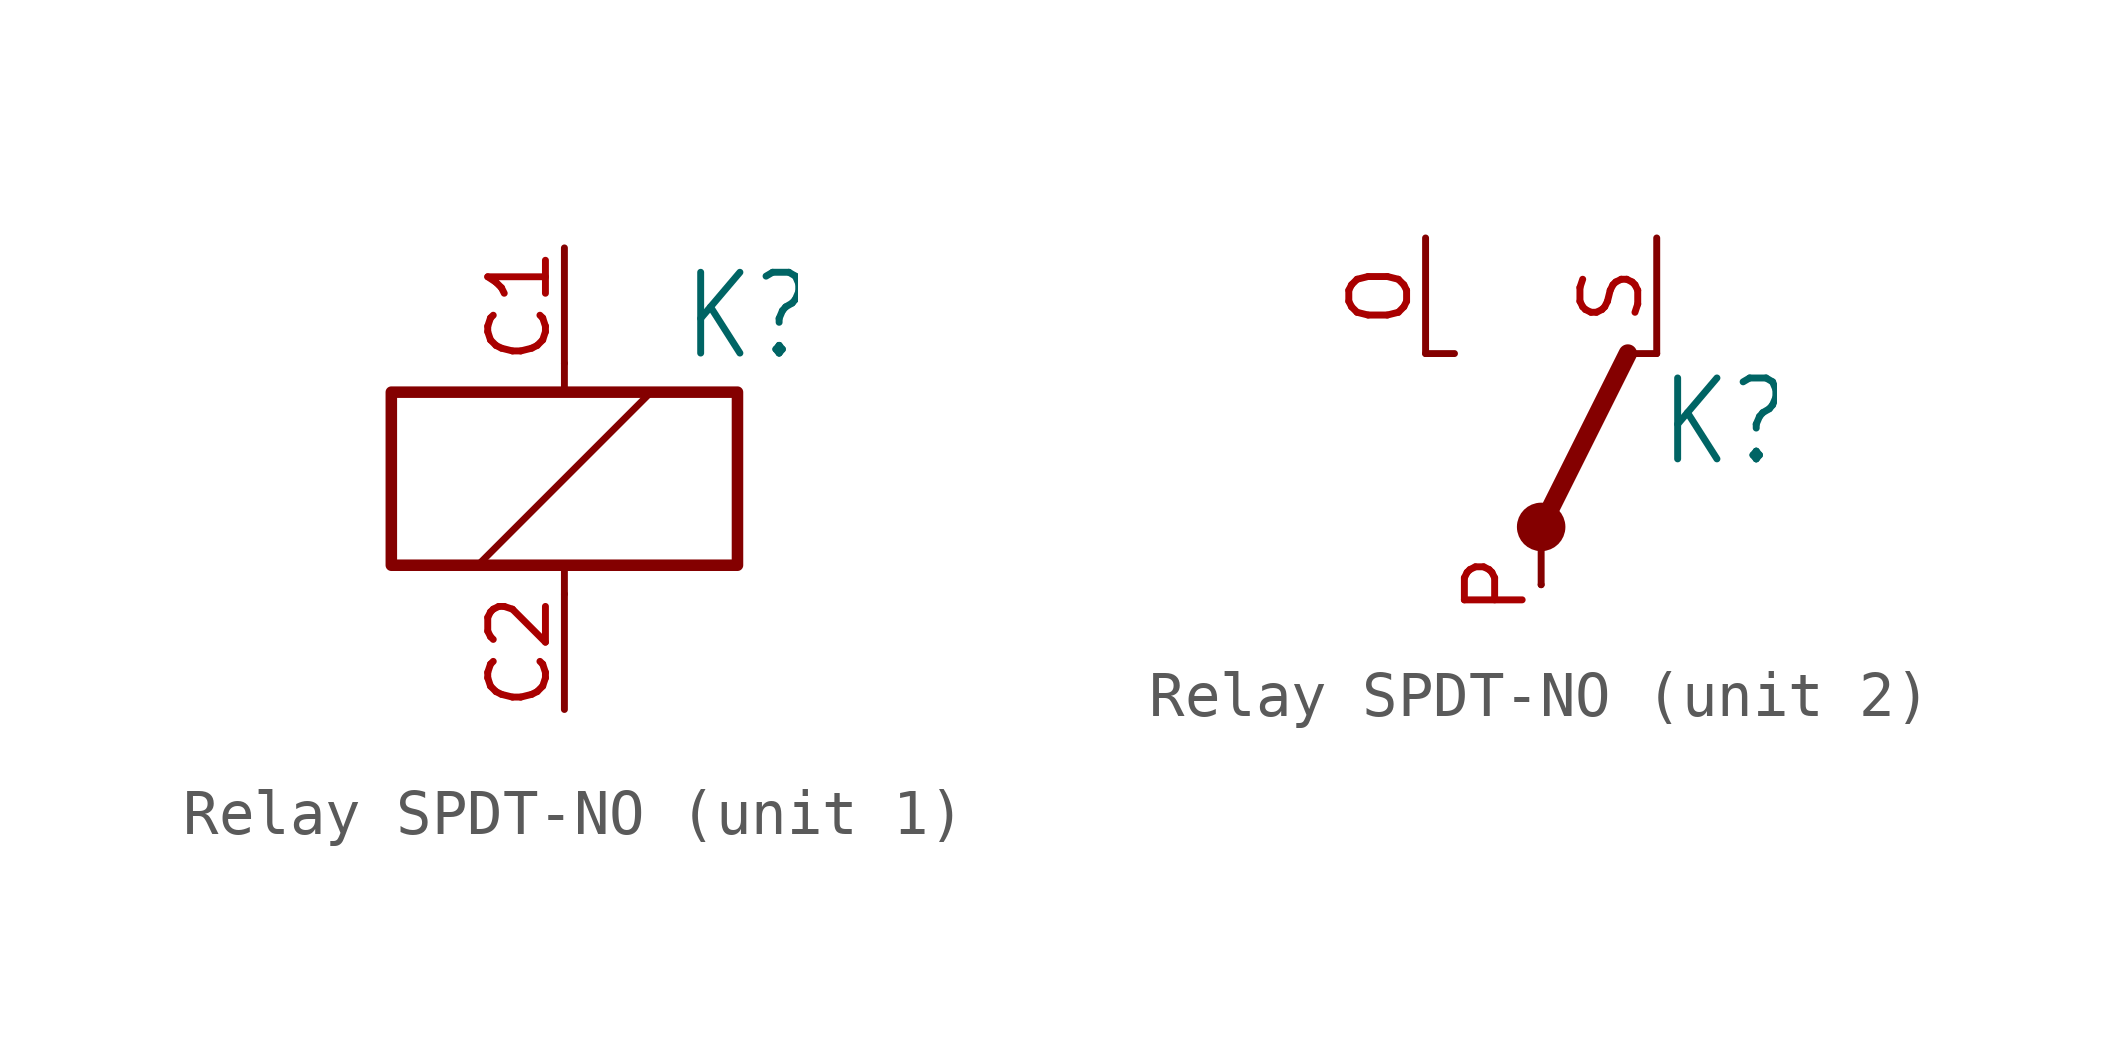
<source format=kicad_sym>
(kicad_symbol_lib
  (version 20220914)
  (generator kicad_symbol_editor)
  (symbol "Relay SPDT-NO"
    (property "Reference" "K"
      (at 2.54 2.54 0)
      (effects (font (size 1.778 1.511)) (justify left bottom)))
    (property "ki_locked" ""
      (at 0 0 0)
      (effects (font (size 1.27 1.27))))
    (symbol "Relay SPDT-NO_1_0"
      (polyline (pts (xy -1.905 -1.905) (xy 1.905 1.905)) (stroke (width 0.152) (type solid)) (fill (type none)))
      (polyline (pts (xy 0 -2.54) (xy 0 -1.905)) (stroke (width 0.152) (type solid)) (fill (type none)))
      (polyline (pts (xy 0 2.54) (xy 0 1.905)) (stroke (width 0.152) (type solid)) (fill (type none)))
      (pin passive line (at 0 5.08 270) (length 2.54) (name "C1" (effects (font (size 0 0)))) (number "C1" (effects (font (size 1.27 1.27)))))
      (pin passive line (at 0 -5.08 90) (length 2.54) (name "C2" (effects (font (size 0 0)))) (number "C2" (effects (font (size 1.27 1.27))))))
    (symbol "Relay SPDT-NO_1_1"
      (rectangle (start -3.81 1.905) (end 3.81 -1.905) (stroke (width 0.254) (type default)) (fill (type none))))
    (symbol "Relay SPDT-NO_2_0"
      (polyline (pts (xy -2.54 5.08) (xy -1.905 5.08)) (stroke (width 0.152) (type solid)) (fill (type none)))
      (polyline (pts (xy 0 1.27) (xy 0 0)) (stroke (width 0.152) (type solid)) (fill (type none)))
      (polyline (pts (xy 0 1.27) (xy 1.905 5.08)) (stroke (width 0.406) (type solid)) (fill (type none)))
      (polyline (pts (xy 2.54 5.08) (xy 1.905 5.08)) (stroke (width 0.152) (type solid)) (fill (type none)))
      (circle (center 0 1.27) (radius 0.127) (stroke (width 0.406) (type solid)) (fill (type none)))
      (pin passive line (at -2.54 7.62 270) (length 2.54) (name "O" (effects (font (size 0 0)))) (number "O" (effects (font (size 1.27 1.27)))))
      (pin passive line (at 0 0 90) (length 0) (name "P" (effects (font (size 0 0)))) (number "P" (effects (font (size 1.27 1.27)))))
      (pin passive line (at 2.54 7.62 270) (length 2.54) (name "S" (effects (font (size 0 0)))) (number "S" (effects (font (size 1.27 1.27))))))))
</source>
